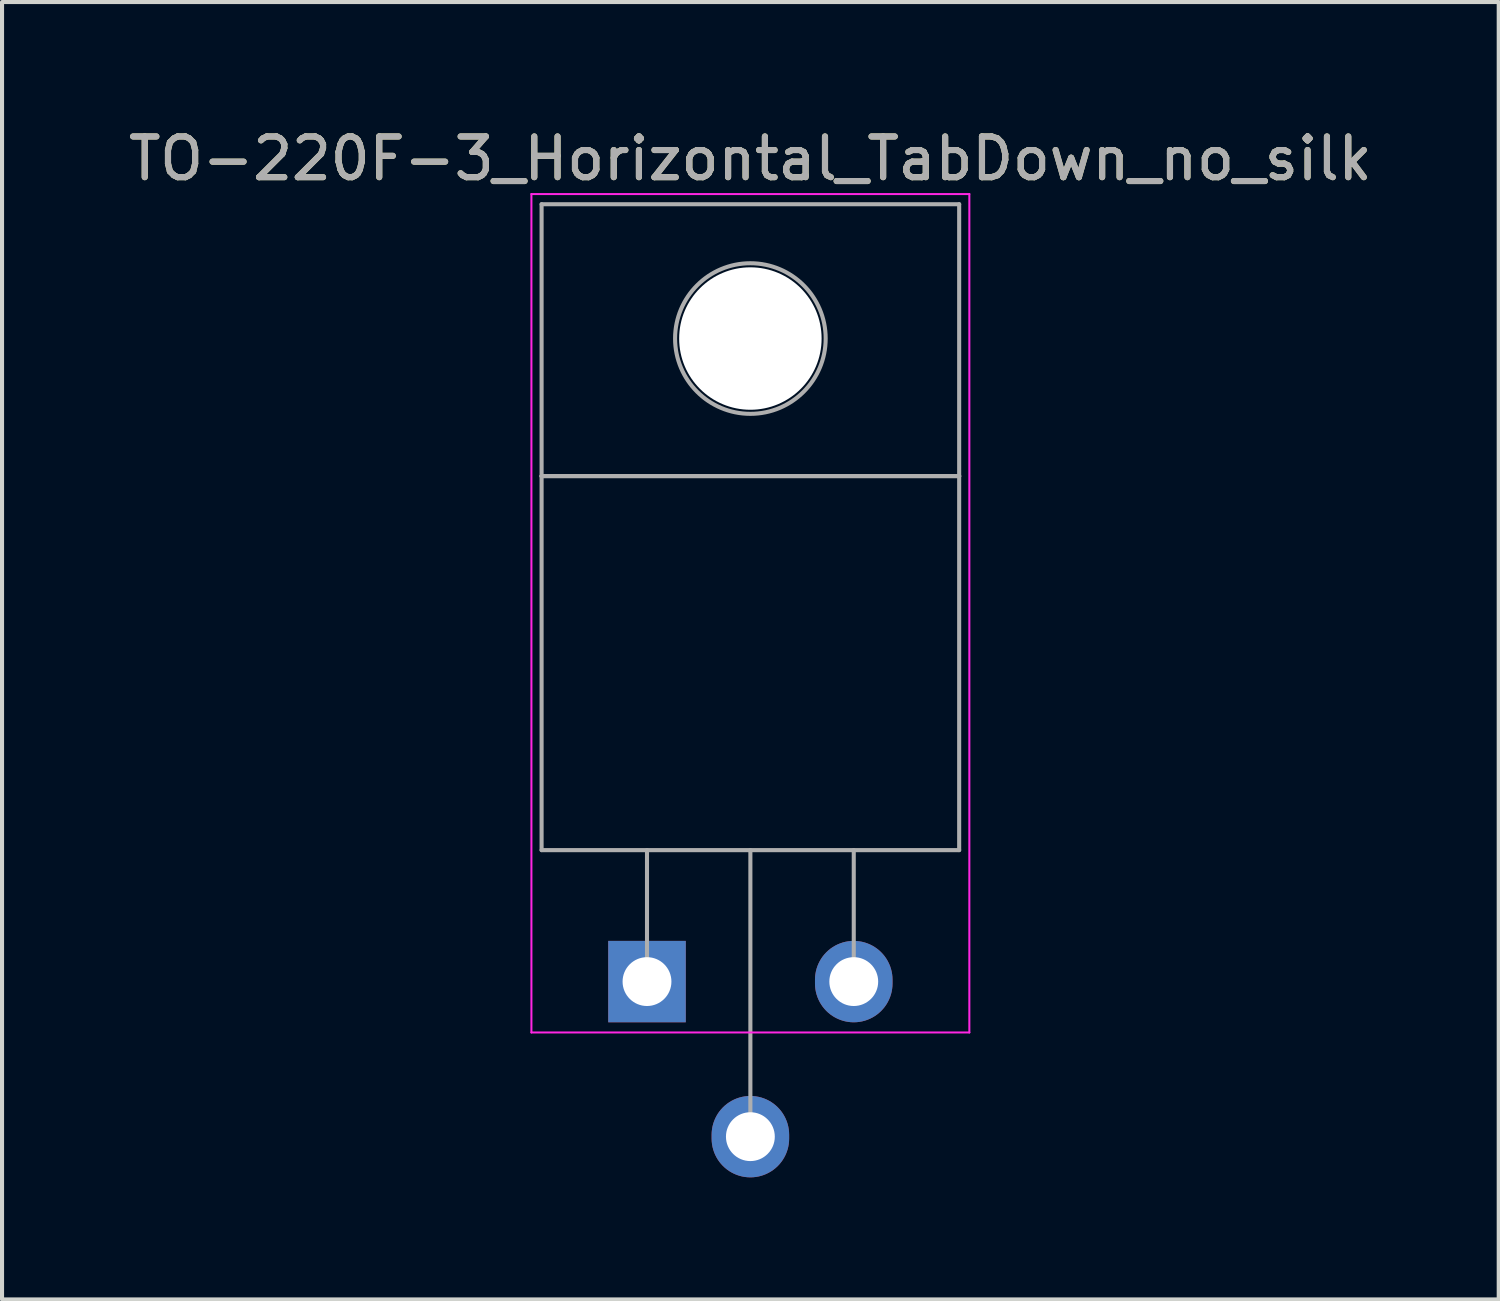
<source format=kicad_pcb>
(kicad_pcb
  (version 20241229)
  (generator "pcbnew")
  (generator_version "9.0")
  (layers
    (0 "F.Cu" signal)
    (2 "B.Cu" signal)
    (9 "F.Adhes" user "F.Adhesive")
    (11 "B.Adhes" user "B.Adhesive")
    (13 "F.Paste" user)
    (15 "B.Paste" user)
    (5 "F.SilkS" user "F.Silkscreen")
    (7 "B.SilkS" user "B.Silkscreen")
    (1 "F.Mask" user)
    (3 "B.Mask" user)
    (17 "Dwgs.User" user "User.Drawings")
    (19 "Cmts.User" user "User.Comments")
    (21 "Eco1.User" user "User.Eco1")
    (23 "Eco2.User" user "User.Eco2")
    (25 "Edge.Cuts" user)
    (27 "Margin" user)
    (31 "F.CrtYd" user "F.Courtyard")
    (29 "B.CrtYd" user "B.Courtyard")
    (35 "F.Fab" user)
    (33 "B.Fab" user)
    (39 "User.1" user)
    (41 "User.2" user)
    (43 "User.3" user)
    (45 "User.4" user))
  (footprint "TO-220F-3_Horizontal_TabDown_no_silk"
    (layer "F.Cu")
    (at 12.847 21.068)
    (property "Reference" "TO-220F-3_Horizontal_TabDown_no_silk" (at 2.54 -20.22 180) (layer "F.SilkS") (effects (font (size 1 1) (thickness 0.15))))
    (attr through_hole)
    (fp_line (start -2.84 -19.35) (end -2.84 1.25) (stroke (width 0.05) (type solid)) (layer "F.CrtYd"))
    (fp_line (start -2.84 1.25) (end 7.92 1.25) (stroke (width 0.05) (type solid)) (layer "F.CrtYd"))
    (fp_line (start 7.92 -19.35) (end -2.84 -19.35) (stroke (width 0.05) (type solid)) (layer "F.CrtYd"))
    (fp_line (start 7.92 1.25) (end 7.92 -19.35) (stroke (width 0.05) (type solid)) (layer "F.CrtYd"))
    (fp_line (start -2.59 -19.1) (end 7.67 -19.1) (stroke (width 0.1) (type solid)) (layer "F.Fab"))
    (fp_line (start -2.59 -12.42) (end -2.59 -19.1) (stroke (width 0.1) (type solid)) (layer "F.Fab"))
    (fp_line (start -2.59 -12.42) (end 7.67 -12.42) (stroke (width 0.1) (type solid)) (layer "F.Fab"))
    (fp_line (start -2.59 -3.23) (end -2.59 -12.42) (stroke (width 0.1) (type solid)) (layer "F.Fab"))
    (fp_line (start 0 -3.23) (end 0 0) (stroke (width 0.1) (type solid)) (layer "F.Fab"))
    (fp_line (start 2.54 -3.23) (end 2.54 3.81) (stroke (width 0.1) (type solid)) (layer "F.Fab"))
    (fp_line (start 5.08 -3.23) (end 5.08 0) (stroke (width 0.1) (type solid)) (layer "F.Fab"))
    (fp_line (start 7.67 -19.1) (end 7.67 -12.42) (stroke (width 0.1) (type solid)) (layer "F.Fab"))
    (fp_line (start 7.67 -12.42) (end -2.59 -12.42) (stroke (width 0.1) (type solid)) (layer "F.Fab"))
    (fp_line (start 7.67 -12.42) (end 7.67 -3.23) (stroke (width 0.1) (type solid)) (layer "F.Fab"))
    (fp_line (start 7.67 -3.23) (end -2.59 -3.23) (stroke (width 0.1) (type solid)) (layer "F.Fab"))
    (fp_circle (center 2.54 -15.8) (end 4.39 -15.8) (stroke (width 0.1) (type solid)) (fill no) (layer "F.Fab"))
    (fp_text user "${REFERENCE}" (at 2.54 -20.22 180) (layer "F.Fab") (effects (font (size 1 1) (thickness 0.15))))
    (pad "" np_thru_hole oval (at 2.54 -15.8) (size 3.5 3.5) (drill 3.5) (layers "*.Cu" "*.Mask"))
    (pad "1" thru_hole rect (at 0 0) (size 1.905 2) (drill 1.2) (layers "*.Cu" "*.Mask"))
    (pad "2" thru_hole oval (at 2.54 3.81) (size 1.905 2) (drill 1.2) (layers "*.Cu" "*.Mask"))
    (pad "3" thru_hole oval (at 5.08 0) (size 1.905 2) (drill 1.2) (layers "*.Cu" "*.Mask")))
  (gr_rect
    (start -3 -3)
    (end 33.774 28.878)
    (stroke (width 0.1) (type default))
    (fill no)
    (layer "Edge.Cuts")))
</source>
